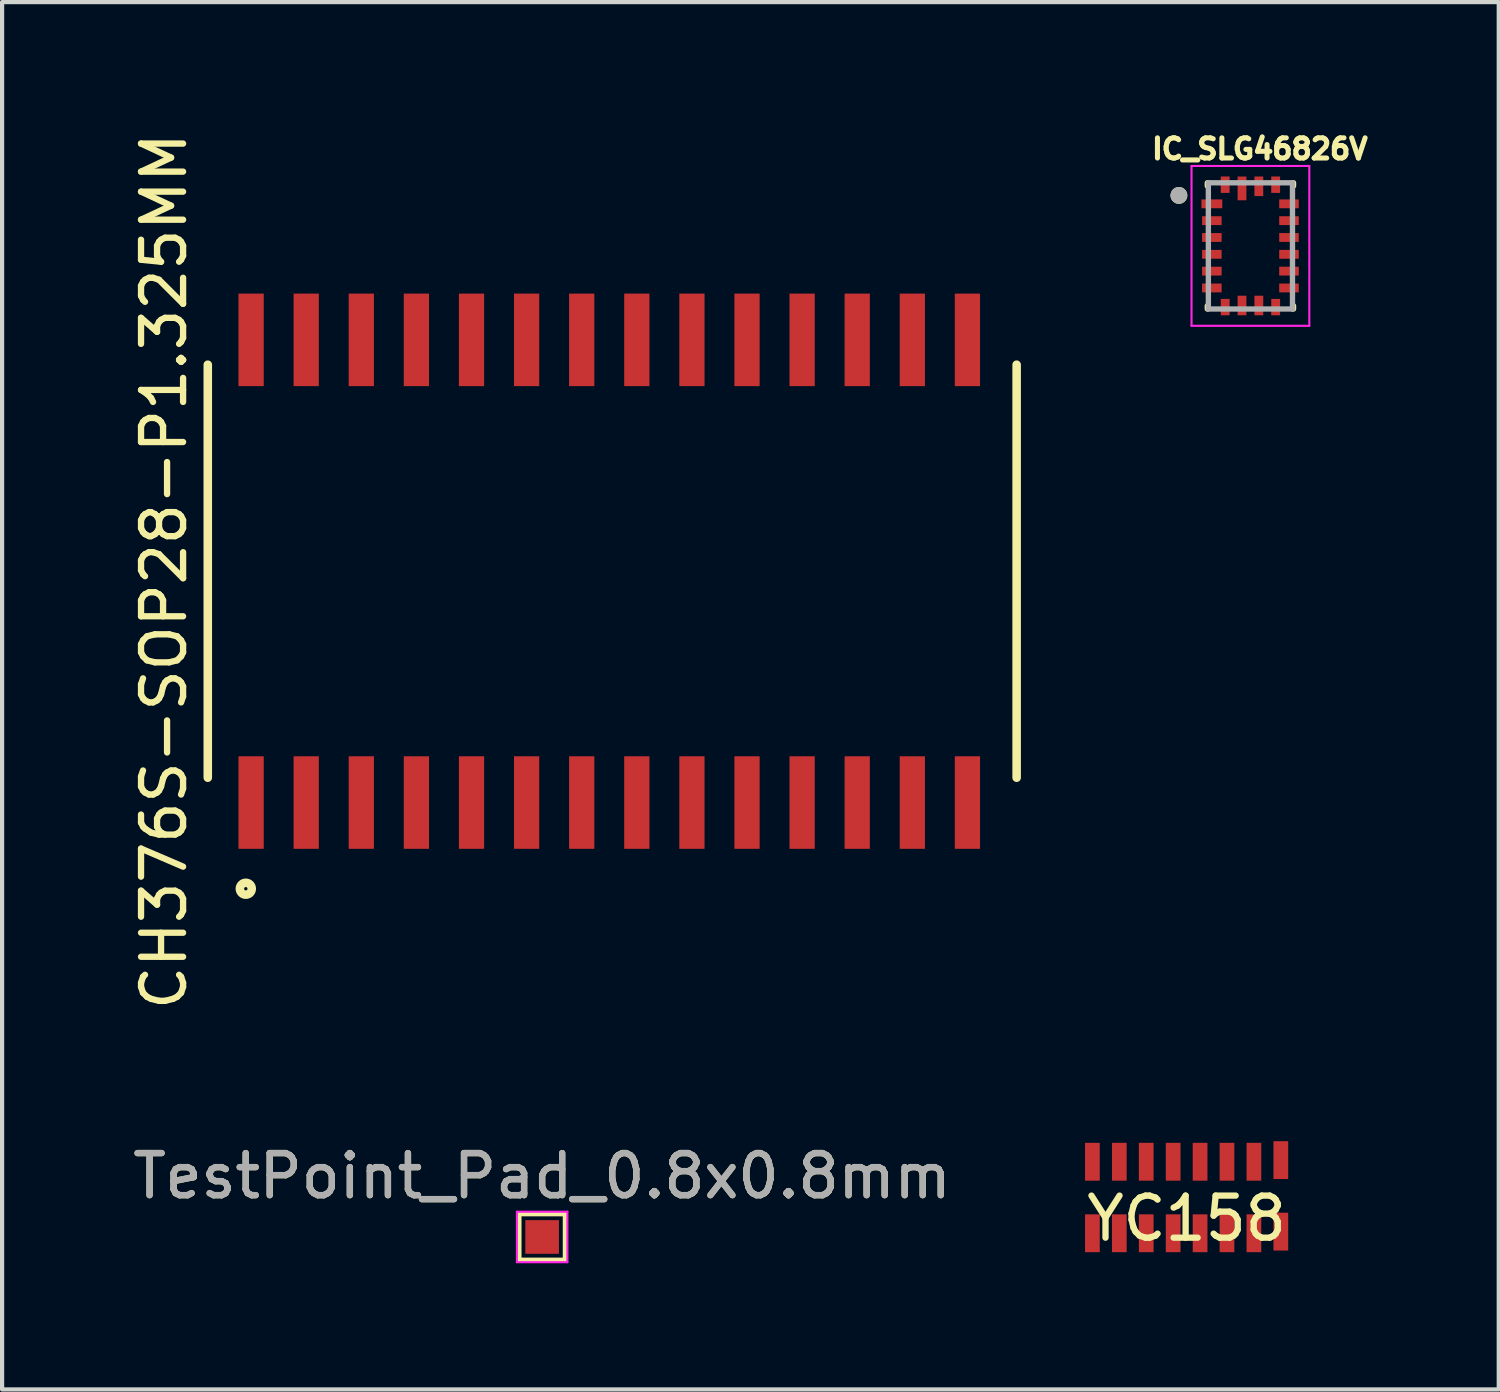
<source format=kicad_pcb>
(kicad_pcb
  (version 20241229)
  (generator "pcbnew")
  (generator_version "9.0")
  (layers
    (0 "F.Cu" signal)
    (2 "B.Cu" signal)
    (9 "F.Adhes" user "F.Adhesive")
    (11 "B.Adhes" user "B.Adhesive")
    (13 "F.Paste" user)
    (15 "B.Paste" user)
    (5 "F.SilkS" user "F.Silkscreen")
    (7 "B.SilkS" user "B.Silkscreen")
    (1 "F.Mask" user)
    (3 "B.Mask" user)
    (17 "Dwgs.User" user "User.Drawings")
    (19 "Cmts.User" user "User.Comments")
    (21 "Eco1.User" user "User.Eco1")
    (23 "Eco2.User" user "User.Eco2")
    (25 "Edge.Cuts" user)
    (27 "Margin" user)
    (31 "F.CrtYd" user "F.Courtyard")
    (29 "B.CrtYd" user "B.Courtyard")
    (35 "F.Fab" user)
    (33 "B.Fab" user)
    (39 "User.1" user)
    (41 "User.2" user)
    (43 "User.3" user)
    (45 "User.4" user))
  (footprint "TestPoint_Pad_0.8x0.8mm"
    (layer "F.Cu")
    (at 9.839 26.358)
    (property "Reference" "TestPoint_Pad_0.8x0.8mm" (at 0 -1.448 0) (layer "F.SilkS") (effects (font (size 1 1) (thickness 0.15))))
    (attr exclude_from_pos_files exclude_from_bom)
    (fp_line (start -0.55 -0.55) (end 0.55 -0.55) (stroke (width 0.12) (type solid)) (layer "F.SilkS"))
    (fp_line (start -0.55 0.55) (end -0.55 -0.55) (stroke (width 0.12) (type solid)) (layer "F.SilkS"))
    (fp_line (start 0.55 -0.55) (end 0.55 0.55) (stroke (width 0.12) (type solid)) (layer "F.SilkS"))
    (fp_line (start 0.55 0.55) (end -0.55 0.55) (stroke (width 0.12) (type solid)) (layer "F.SilkS"))
    (fp_line (start -0.6 -0.6) (end -0.6 0.6) (stroke (width 0.05) (type solid)) (layer "F.CrtYd"))
    (fp_line (start -0.6 -0.6) (end 0.6 -0.6) (stroke (width 0.05) (type solid)) (layer "F.CrtYd"))
    (fp_line (start 0.6 0.6) (end -0.6 0.6) (stroke (width 0.05) (type solid)) (layer "F.CrtYd"))
    (fp_line (start 0.6 0.6) (end 0.6 -0.6) (stroke (width 0.05) (type solid)) (layer "F.CrtYd"))
    (fp_text user "${REFERENCE}" (at 0 -1.45 0) (layer "F.Fab") (effects (font (size 1 1) (thickness 0.15))))
    (pad "1" smd rect (at 0 0) (size 0.8 0.8) (layers "F.Cu" "F.Mask")))
  (footprint "CH376S-SOP28-P1.325MM"
    (layer "F.Cu")
    (at 11.435 10.53)
    (property "Reference" "CH376S-SOP28-P1.325MM" (at -10.587 0 270) (layer "F.SilkS") (effects (font (size 1 1) (thickness 0.15))))
    (attr smd)
    (fp_line (start -9.545 4.91) (end -9.545 -4.91) (stroke (width 0.203) (type solid)) (layer "F.SilkS"))
    (fp_line (start 9.685 -4.91) (end 9.685 4.91) (stroke (width 0.203) (type solid)) (layer "F.SilkS"))
    (fp_circle (center -8.641 7.549) (end -8.692 7.681) (stroke (width 0.203) (type solid)) (fill no) (layer "F.SilkS"))
    (pad "1" smd rect (at -8.515 5.5) (size 0.6 2.2) (layers "F.Cu" "F.Mask" "F.Paste"))
    (pad "2" smd rect (at -7.205 5.5) (size 0.6 2.2) (layers "F.Cu" "F.Mask" "F.Paste"))
    (pad "3" smd rect (at -5.895 5.5) (size 0.6 2.2) (layers "F.Cu" "F.Mask" "F.Paste"))
    (pad "4" smd rect (at -4.585 5.5) (size 0.6 2.2) (layers "F.Cu" "F.Mask" "F.Paste"))
    (pad "5" smd rect (at -3.275 5.5) (size 0.6 2.2) (layers "F.Cu" "F.Mask" "F.Paste"))
    (pad "6" smd rect (at -1.965 5.5) (size 0.6 2.2) (layers "F.Cu" "F.Mask" "F.Paste"))
    (pad "7" smd rect (at -0.655 5.5) (size 0.6 2.2) (layers "F.Cu" "F.Mask" "F.Paste"))
    (pad "8" smd rect (at 0.655 5.5) (size 0.6 2.2) (layers "F.Cu" "F.Mask" "F.Paste"))
    (pad "9" smd rect (at 1.965 5.5) (size 0.6 2.2) (layers "F.Cu" "F.Mask" "F.Paste"))
    (pad "10" smd rect (at 3.275 5.5) (size 0.6 2.2) (layers "F.Cu" "F.Mask" "F.Paste"))
    (pad "11" smd rect (at 4.585 5.5) (size 0.6 2.2) (layers "F.Cu" "F.Mask" "F.Paste"))
    (pad "12" smd rect (at 5.895 5.5) (size 0.6 2.2) (layers "F.Cu" "F.Mask" "F.Paste"))
    (pad "13" smd rect (at 7.205 5.5) (size 0.6 2.2) (layers "F.Cu" "F.Mask" "F.Paste"))
    (pad "14" smd rect (at 8.515 5.5) (size 0.6 2.2) (layers "F.Cu" "F.Mask" "F.Paste"))
    (pad "15" smd rect (at 8.515 -5.5) (size 0.6 2.2) (layers "F.Cu" "F.Mask" "F.Paste"))
    (pad "16" smd rect (at 7.205 -5.5) (size 0.6 2.2) (layers "F.Cu" "F.Mask" "F.Paste"))
    (pad "17" smd rect (at 5.895 -5.5) (size 0.6 2.2) (layers "F.Cu" "F.Mask" "F.Paste"))
    (pad "18" smd rect (at 4.585 -5.5) (size 0.6 2.2) (layers "F.Cu" "F.Mask" "F.Paste"))
    (pad "19" smd rect (at 3.275 -5.5) (size 0.6 2.2) (layers "F.Cu" "F.Mask" "F.Paste"))
    (pad "20" smd rect (at 1.965 -5.5) (size 0.6 2.2) (layers "F.Cu" "F.Mask" "F.Paste"))
    (pad "21" smd rect (at 0.655 -5.5) (size 0.6 2.2) (layers "F.Cu" "F.Mask" "F.Paste"))
    (pad "22" smd rect (at -0.655 -5.5) (size 0.6 2.2) (layers "F.Cu" "F.Mask" "F.Paste"))
    (pad "23" smd rect (at -1.965 -5.5) (size 0.6 2.2) (layers "F.Cu" "F.Mask" "F.Paste"))
    (pad "24" smd rect (at -3.275 -5.5) (size 0.6 2.2) (layers "F.Cu" "F.Mask" "F.Paste"))
    (pad "25" smd rect (at -4.585 -5.5) (size 0.6 2.2) (layers "F.Cu" "F.Mask" "F.Paste"))
    (pad "26" smd rect (at -5.895 -5.5) (size 0.6 2.2) (layers "F.Cu" "F.Mask" "F.Paste"))
    (pad "27" smd rect (at -7.205 -5.5) (size 0.6 2.2) (layers "F.Cu" "F.Mask" "F.Paste"))
    (pad "28" smd rect (at -8.515 -5.5) (size 0.6 2.2) (layers "F.Cu" "F.Mask" "F.Paste")))
  (footprint "IC_SLG46826V"
    (layer "F.Cu")
    (at 26.678 2.796)
    (property "Reference" "IC_SLG46826V" (at 0.224 -2.305 0) (layer "F.SilkS") (effects (font (size 0.48 0.48) (thickness 0.15))))
    (attr through_hole)
    (fp_line (start -1.025 -1.5) (end -1.025 -1.425) (stroke (width 0.127) (type solid)) (layer "F.SilkS"))
    (fp_line (start -1.025 1.5) (end -1.025 1.425) (stroke (width 0.127) (type solid)) (layer "F.SilkS"))
    (fp_line (start 1.025 -1.5) (end 1.025 -1.425) (stroke (width 0.127) (type solid)) (layer "F.SilkS"))
    (fp_line (start 1.025 1.5) (end 1.025 1.425) (stroke (width 0.127) (type solid)) (layer "F.SilkS"))
    (fp_circle (center -1.7 -1.2) (end -1.6 -1.2) (stroke (width 0.2) (type solid)) (fill no) (layer "F.SilkS"))
    (fp_line (start -1.4 -1.9) (end -1.4 1.9) (stroke (width 0.05) (type solid)) (layer "F.CrtYd"))
    (fp_line (start -1.4 1.9) (end 1.4 1.9) (stroke (width 0.05) (type solid)) (layer "F.CrtYd"))
    (fp_line (start 1.4 -1.9) (end -1.4 -1.9) (stroke (width 0.05) (type solid)) (layer "F.CrtYd"))
    (fp_line (start 1.4 1.9) (end 1.4 -1.9) (stroke (width 0.05) (type solid)) (layer "F.CrtYd"))
    (fp_line (start -1 -1.5) (end 1 -1.5) (stroke (width 0.127) (type solid)) (layer "F.Fab"))
    (fp_line (start -1 1.5) (end -1 -1.5) (stroke (width 0.127) (type solid)) (layer "F.Fab"))
    (fp_line (start 1 -1.5) (end 1 1.5) (stroke (width 0.127) (type solid)) (layer "F.Fab"))
    (fp_line (start 1 1.5) (end -1 1.5) (stroke (width 0.127) (type solid)) (layer "F.Fab"))
    (fp_circle (center -1.7 -1.2) (end -1.6 -1.2) (stroke (width 0.2) (type solid)) (fill no) (layer "F.Fab"))
    (pad "1" smd rect (at -0.917 -1) (size 0.495 0.21) (layers "F.Cu" "F.Mask" "F.Paste"))
    (pad "2" smd rect (at -0.917 -0.6) (size 0.465 0.21) (layers "F.Cu" "F.Mask" "F.Paste"))
    (pad "3" smd rect (at -0.917 -0.2) (size 0.465 0.21) (layers "F.Cu" "F.Mask" "F.Paste"))
    (pad "4" smd rect (at -0.917 0.2) (size 0.465 0.21) (layers "F.Cu" "F.Mask" "F.Paste"))
    (pad "5" smd rect (at -0.917 0.6) (size 0.465 0.21) (layers "F.Cu" "F.Mask" "F.Paste"))
    (pad "6" smd rect (at -0.917 1) (size 0.465 0.21) (layers "F.Cu" "F.Mask" "F.Paste"))
    (pad "7" smd rect (at -0.6 1.455) (size 0.21 0.39) (layers "F.Cu" "F.Mask" "F.Paste"))
    (pad "8" smd rect (at -0.2 1.417) (size 0.21 0.465) (layers "F.Cu" "F.Mask" "F.Paste"))
    (pad "9" smd rect (at 0.2 1.417) (size 0.21 0.465) (layers "F.Cu" "F.Mask" "F.Paste"))
    (pad "10" smd rect (at 0.6 1.455) (size 0.21 0.39) (layers "F.Cu" "F.Mask" "F.Paste"))
    (pad "11" smd rect (at 0.917 1) (size 0.465 0.21) (layers "F.Cu" "F.Mask" "F.Paste"))
    (pad "12" smd rect (at 0.917 0.6) (size 0.465 0.21) (layers "F.Cu" "F.Mask" "F.Paste"))
    (pad "13" smd rect (at 0.917 0.2) (size 0.465 0.21) (layers "F.Cu" "F.Mask" "F.Paste"))
    (pad "14" smd rect (at 0.917 -0.2) (size 0.465 0.21) (layers "F.Cu" "F.Mask" "F.Paste"))
    (pad "15" smd rect (at 0.917 -0.6) (size 0.465 0.21) (layers "F.Cu" "F.Mask" "F.Paste"))
    (pad "16" smd rect (at 0.917 -1) (size 0.465 0.21) (layers "F.Cu" "F.Mask" "F.Paste"))
    (pad "17" smd rect (at 0.6 -1.455) (size 0.21 0.39) (layers "F.Cu" "F.Mask" "F.Paste"))
    (pad "18" smd rect (at 0.2 -1.417) (size 0.21 0.465) (layers "F.Cu" "F.Mask" "F.Paste"))
    (pad "19" smd rect (at -0.2 -1.367) (size 0.21 0.565) (layers "F.Cu" "F.Mask" "F.Paste"))
    (pad "20" smd rect (at -0.6 -1.455) (size 0.21 0.39) (layers "F.Cu" "F.Mask" "F.Paste")))
  (footprint "YC158"
    (layer "F.Cu")
    (at 25.161 25.42)
    (property "Reference" "YC158" (at 0 0.5 0) (layer "F.SilkS") (effects (font (size 1 1) (thickness 0.15))))
    (attr through_hole)
    (fp_line (start -2.24 1.3) (end -2.24 -1.3) (stroke (width 0.12) (type solid)) (layer "B.Paste"))
    (fp_line (start 2.24 1.3) (end 2.24 -1.3) (stroke (width 0.12) (type solid)) (layer "B.Paste"))
    (pad "1" smd rect (at -2.24 -0.85) (size 0.35 0.9) (layers "F.Cu" "F.Mask" "F.Paste"))
    (pad "1" smd rect (at -2.24 0.85) (size 0.35 0.9) (layers "F.Cu" "F.Mask" "F.Paste"))
    (pad "2" smd rect (at -1.6 -0.85) (size 0.35 0.9) (layers "F.Cu" "F.Mask" "F.Paste"))
    (pad "2" smd rect (at -1.6 0.85) (size 0.35 0.9) (layers "F.Cu" "F.Mask" "F.Paste"))
    (pad "3" smd rect (at -0.96 -0.85) (size 0.35 0.9) (layers "F.Cu" "F.Mask" "F.Paste"))
    (pad "3" smd rect (at -0.96 0.85) (size 0.35 0.9) (layers "F.Cu" "F.Mask" "F.Paste"))
    (pad "4" smd rect (at -0.32 -0.85) (size 0.35 0.9) (layers "F.Cu" "F.Mask" "F.Paste"))
    (pad "4" smd rect (at -0.32 0.85) (size 0.35 0.9) (layers "F.Cu" "F.Mask" "F.Paste"))
    (pad "5" smd rect (at 0.32 -0.85) (size 0.35 0.9) (layers "F.Cu" "F.Mask" "F.Paste"))
    (pad "5" smd rect (at 0.32 0.85) (size 0.35 0.9) (layers "F.Cu" "F.Mask" "F.Paste"))
    (pad "6" smd rect (at 0.96 -0.85) (size 0.35 0.9) (layers "F.Cu" "F.Mask" "F.Paste"))
    (pad "6" smd rect (at 0.96 0.85) (size 0.35 0.9) (layers "F.Cu" "F.Mask" "F.Paste"))
    (pad "7" smd rect (at 1.6 -0.85) (size 0.35 0.9) (layers "F.Cu" "F.Mask" "F.Paste"))
    (pad "7" smd rect (at 1.6 0.85) (size 0.35 0.9) (layers "F.Cu" "F.Mask" "F.Paste"))
    (pad "8" smd rect (at 2.24 -0.889) (size 0.35 0.9) (layers "F.Cu" "F.Mask" "F.Paste"))
    (pad "8" smd rect (at 2.24 0.811) (size 0.35 0.9) (layers "F.Cu" "F.Mask" "F.Paste")))
  (gr_rect
    (start -3 -3)
    (end 32.582 29.983)
    (stroke (width 0.1) (type default))
    (fill no)
    (layer "Edge.Cuts")))
</source>
